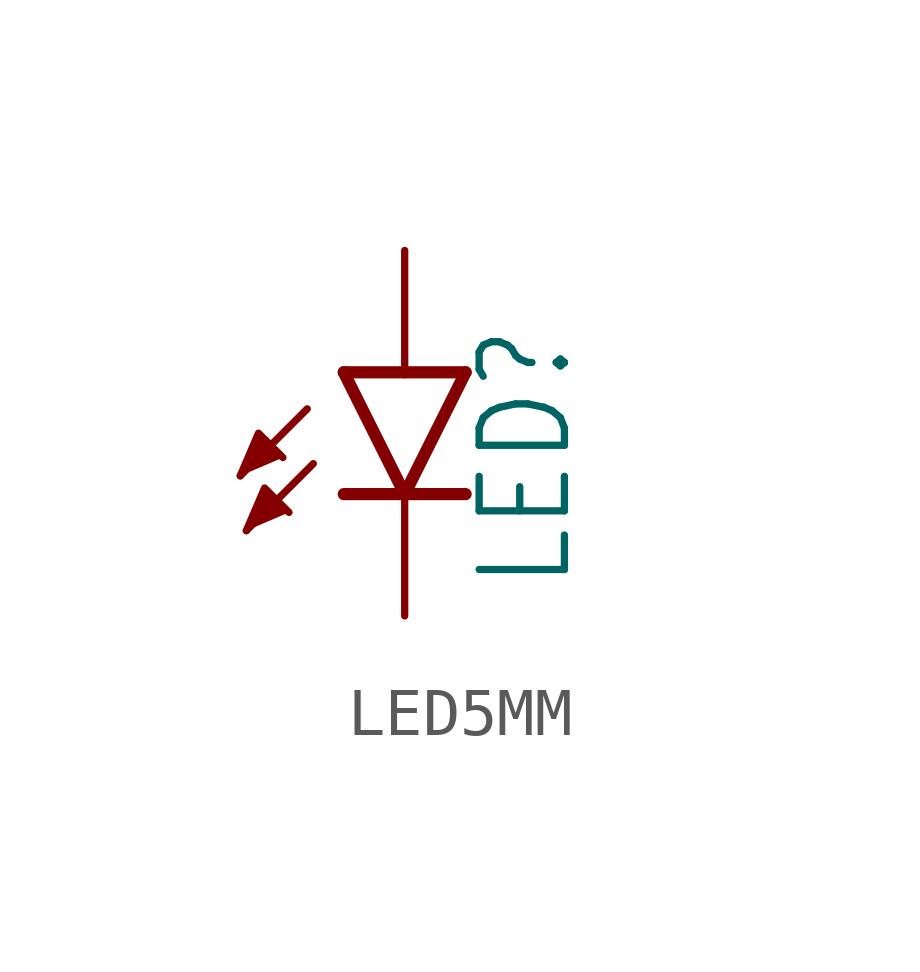
<source format=kicad_sym>
(kicad_symbol_lib
  (version 20231120)
  (generator "kicad_symbol_editor")
  (generator_version "8.0")
  (symbol "LED5MM"
    (property "Reference" "LED"
      (at 3.556 -4.572 90)
      (effects (font (size 1.778 1.511)) (justify left bottom)))
    (property "Value" ""
      (at 5.715 -4.572 90)
      (effects (font (size 1.778 1.511)) (justify left bottom)))
    (property "ki_locked" ""
      (at 0 0 0)
      (effects (font (size 1.27 1.27))))
    (symbol "LED5MM_1_0"
      (polyline (pts (xy -2.032 -0.762) (xy -3.429 -2.159)) (stroke (width 0.152) (type solid)) (fill (type none)))
      (polyline (pts (xy -1.905 -1.905) (xy -3.302 -3.302)) (stroke (width 0.152) (type solid)) (fill (type none)))
      (polyline (pts (xy 0 -2.54) (xy -1.27 -2.54)) (stroke (width 0.254) (type solid)) (fill (type none)))
      (polyline (pts (xy 0 -2.54) (xy -1.27 0)) (stroke (width 0.254) (type solid)) (fill (type none)))
      (polyline (pts (xy 0 0) (xy -1.27 0)) (stroke (width 0.254) (type solid)) (fill (type none)))
      (polyline (pts (xy 1.27 -2.54) (xy 0 -2.54)) (stroke (width 0.254) (type solid)) (fill (type none)))
      (polyline (pts (xy 1.27 0) (xy 0 -2.54)) (stroke (width 0.254) (type solid)) (fill (type none)))
      (polyline (pts (xy 1.27 0) (xy 0 0)) (stroke (width 0.254) (type solid)) (fill (type none)))
      (polyline (pts (xy -3.429 -2.159) (xy -3.048 -1.27) (xy -2.54 -1.778)) (stroke (width 0.152) (type solid)) (fill (type outline)))
      (polyline (pts (xy -3.302 -3.302) (xy -2.921 -2.413) (xy -2.413 -2.921)) (stroke (width 0.152) (type solid)) (fill (type outline)))
      (pin passive line (at 0 2.54 270) (length 2.54) (name "A" (effects (font (size 0 0)))) (number "A" (effects (font (size 0 0)))))
      (pin passive line (at 0 -5.08 90) (length 2.54) (name "C" (effects (font (size 0 0)))) (number "K" (effects (font (size 0 0))))))))
</source>
